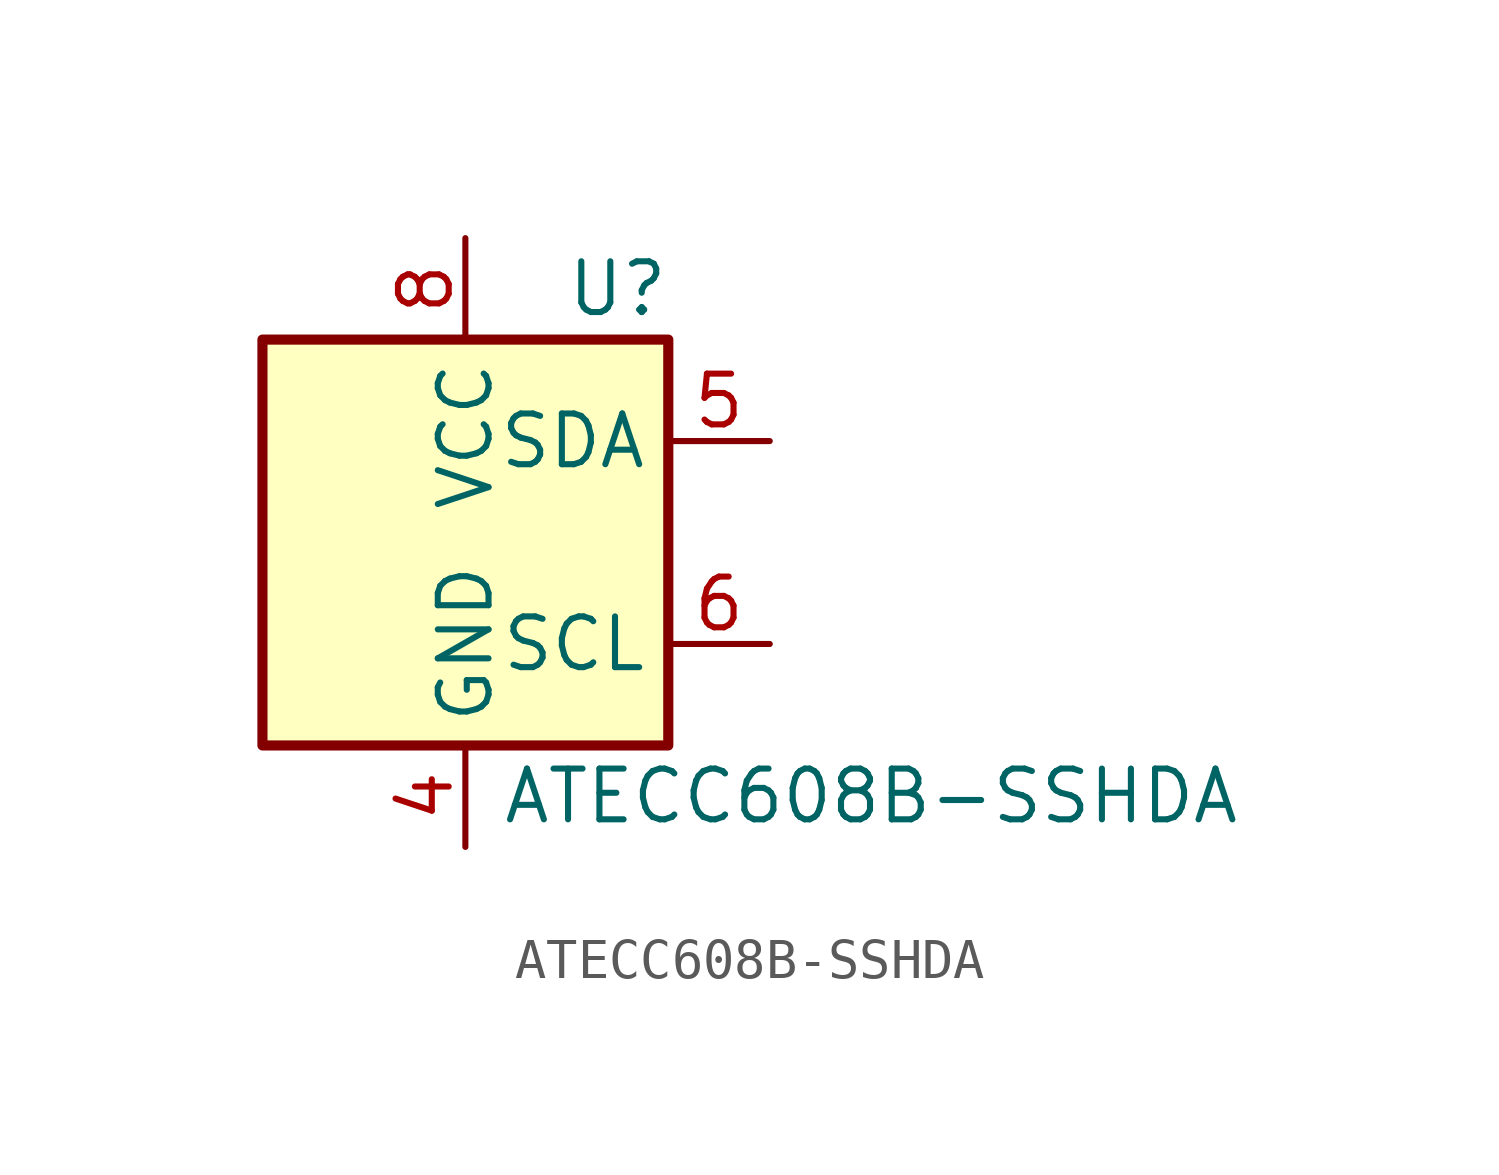
<source format=kicad_sym>
(kicad_symbol_lib
  (version 20220914)
  (generator kicad_symbol_editor)
  (symbol "ATECC608B-SSHDA"
    (property "Reference" "U"
      (at 3.81 6.35 0)
      (effects (font (size 1.27 1.27))))
    (property "Value" "ATECC608B-SSHDA"
      (at 10.16 -6.35 0)
      (effects (font (size 1.27 1.27))))
    (symbol "ATECC608B-SSHDA_0_1"
      (rectangle (start -5.08 5.08) (end 5.08 -5.08) (stroke (width 0.254) (type default)) (fill (type background))))
    (symbol "ATECC608B-SSHDA_1_1"
      (pin no_connect line (at -5.08 2.54 0) (length 2.54) hide (name "NC" (effects (font (size 1.27 1.27)))) (number "1" (effects (font (size 1.27 1.27)))))
      (pin no_connect line (at -5.08 0 0) (length 2.54) hide (name "NC" (effects (font (size 1.27 1.27)))) (number "2" (effects (font (size 1.27 1.27)))))
      (pin no_connect line (at -5.08 -2.54 0) (length 2.54) hide (name "NC" (effects (font (size 1.27 1.27)))) (number "3" (effects (font (size 1.27 1.27)))))
      (pin power_in line (at 0 -7.62 90) (length 2.54) (name "GND" (effects (font (size 1.27 1.27)))) (number "4" (effects (font (size 1.27 1.27)))))
      (pin bidirectional line (at 7.62 2.54 180) (length 2.54) (name "SDA" (effects (font (size 1.27 1.27)))) (number "5" (effects (font (size 1.27 1.27)))))
      (pin input line (at 7.62 -2.54 180) (length 2.54) (name "SCL" (effects (font (size 1.27 1.27)))) (number "6" (effects (font (size 1.27 1.27)))))
      (pin no_connect line (at 5.08 0 180) (length 2.54) hide (name "NC" (effects (font (size 1.27 1.27)))) (number "7" (effects (font (size 1.27 1.27)))))
      (pin power_in line (at 0 7.62 270) (length 2.54) (name "VCC" (effects (font (size 1.27 1.27)))) (number "8" (effects (font (size 1.27 1.27))))))))
</source>
